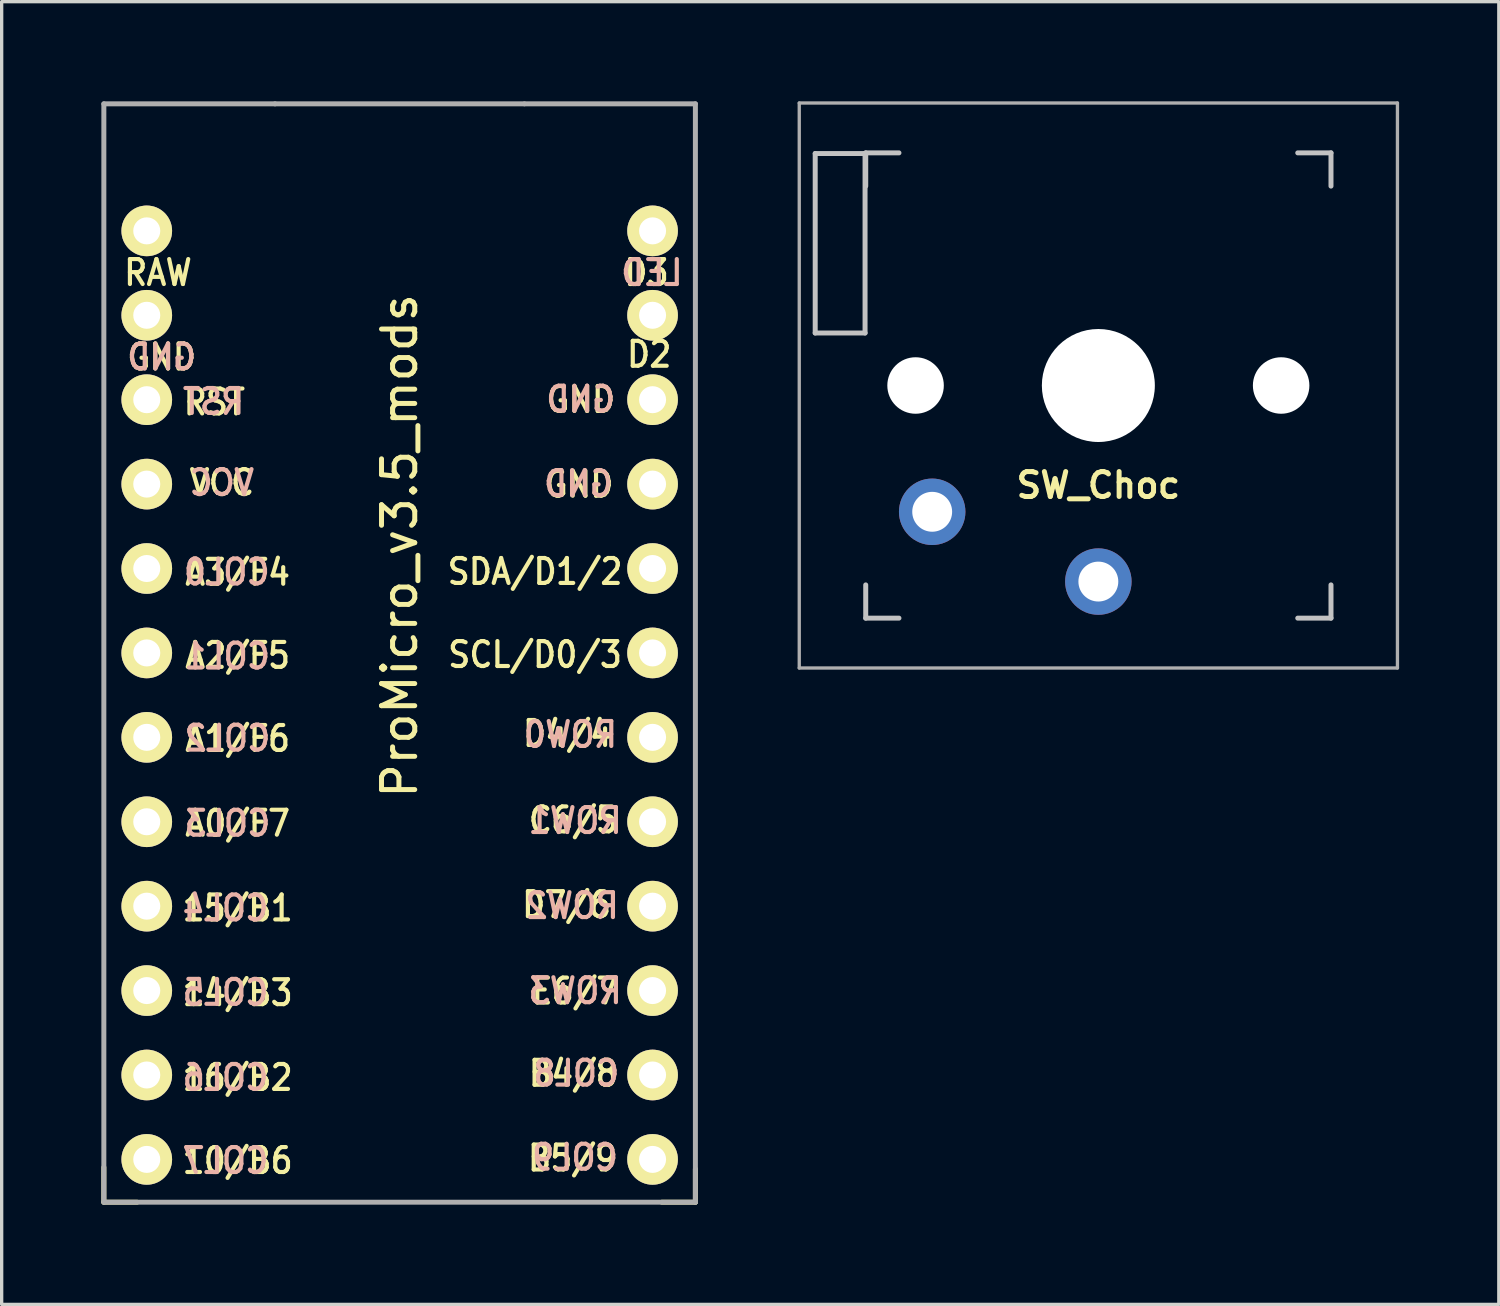
<source format=kicad_pcb>
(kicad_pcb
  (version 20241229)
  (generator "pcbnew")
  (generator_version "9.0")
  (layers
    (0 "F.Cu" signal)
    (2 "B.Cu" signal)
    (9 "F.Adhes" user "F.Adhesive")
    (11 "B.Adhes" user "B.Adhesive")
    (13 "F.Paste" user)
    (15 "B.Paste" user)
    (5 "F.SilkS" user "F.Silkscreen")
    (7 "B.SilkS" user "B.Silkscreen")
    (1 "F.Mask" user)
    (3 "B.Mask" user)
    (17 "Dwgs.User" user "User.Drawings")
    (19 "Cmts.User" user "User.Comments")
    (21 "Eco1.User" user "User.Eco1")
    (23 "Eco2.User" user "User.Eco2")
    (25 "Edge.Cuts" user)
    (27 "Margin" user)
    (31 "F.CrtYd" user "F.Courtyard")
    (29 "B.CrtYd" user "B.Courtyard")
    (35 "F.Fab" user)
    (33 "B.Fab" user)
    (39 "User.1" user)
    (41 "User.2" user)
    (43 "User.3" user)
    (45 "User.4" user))
  (footprint "ProMicro_v3.5_mods"
    (layer "F.Cu")
    (at 8.975 18.375)
    (property "Reference" "ProMicro_v3.5_mods" (at 0 -5 270) (layer "F.SilkS") (effects (font (size 1 1) (thickness 0.15))))
    (attr through_hole)
    (fp_line (start -8.9 13.7) (end -8.9 14.75) (stroke (width 0.15) (type solid)) (layer "F.SilkS"))
    (fp_line (start -8.9 14.75) (end -7.9 14.75) (stroke (width 0.15) (type solid)) (layer "F.SilkS"))
    (fp_line (start 8.9 13.75) (end 8.9 14.75) (stroke (width 0.15) (type solid)) (layer "F.SilkS"))
    (fp_line (start 8.9 14.75) (end 7.89 14.75) (stroke (width 0.15) (type solid)) (layer "F.SilkS"))
    (fp_line (start -8.9 -18.3) (end -3.75 -18.3) (stroke (width 0.15) (type solid)) (layer "F.Fab"))
    (fp_line (start -8.9 14.75) (end -8.9 -18.3) (stroke (width 0.15) (type solid)) (layer "F.Fab"))
    (fp_line (start -3.75 -18.3) (end 3.75 -18.3) (stroke (width 0.15) (type solid)) (layer "F.Fab"))
    (fp_line (start 3.76 -18.3) (end 8.9 -18.3) (stroke (width 0.15) (type solid)) (layer "F.Fab"))
    (fp_line (start 8.9 -18.3) (end 8.9 14.75) (stroke (width 0.15) (type solid)) (layer "F.Fab"))
    (fp_line (start 8.9 14.75) (end -8.9 14.75) (stroke (width 0.15) (type solid)) (layer "F.Fab"))
    (fp_text user "GND" (at 5.4 -6.85 0) (unlocked yes) (layer "F.SilkS") (effects (font (size 0.75 0.67) (thickness 0.125))))
    (fp_text user "C6/5" (at 5.225 3.25 0) (unlocked yes) (layer "F.SilkS") (effects (font (size 0.75 0.67) (thickness 0.125))))
    (fp_text user "A2/F5" (at -4.875 -1.7 0) (unlocked yes) (layer "F.SilkS") (effects (font (size 0.75 0.67) (thickness 0.125))))
    (fp_text user "SDA/D1/2" (at 4.075 -4.225 0) (unlocked yes) (layer "F.SilkS") (effects (font (size 0.75 0.67) (thickness 0.125))))
    (fp_text user "RAW" (at -7.27 -13.22 0) (unlocked yes) (layer "F.SilkS") (effects (font (size 0.75 0.67) (thickness 0.125))))
    (fp_text user "VCC" (at -5.35 -6.9 0) (unlocked yes) (layer "F.SilkS") (effects (font (size 0.75 0.67) (thickness 0.125))))
    (fp_text user "D7/6" (at 5.025 5.8 0) (unlocked yes) (layer "F.SilkS") (effects (font (size 0.75 0.67) (thickness 0.125))))
    (fp_text user "15/B1" (at -4.875 5.9 0) (unlocked yes) (layer "F.SilkS") (effects (font (size 0.75 0.67) (thickness 0.125))))
    (fp_text user "D4/4" (at 5.05 0.65 0) (unlocked yes) (layer "F.SilkS") (effects (font (size 0.75 0.67) (thickness 0.125))))
    (fp_text user "A0/F7" (at -4.875 3.35 0) (unlocked yes) (layer "F.SilkS") (effects (font (size 0.75 0.67) (thickness 0.125))))
    (fp_text user "B5/9" (at 5.2 13.425 0) (unlocked yes) (layer "F.SilkS") (effects (font (size 0.75 0.67) (thickness 0.125))))
    (fp_text user "GND" (at -7.16 -10.68 0) (unlocked yes) (layer "F.SilkS") (effects (font (size 0.75 0.67) (thickness 0.125))))
    (fp_text user "RST" (at -5.575 -9.325 0) (unlocked yes) (layer "F.SilkS") (effects (font (size 0.75 0.67) (thickness 0.125))))
    (fp_text user "SCL/D0/3" (at 4.075 -1.725 0) (unlocked yes) (layer "F.SilkS") (effects (font (size 0.75 0.67) (thickness 0.125))))
    (fp_text user "16/B2" (at -4.875 11 0) (unlocked yes) (layer "F.SilkS") (effects (font (size 0.75 0.67) (thickness 0.125))))
    (fp_text user "B4/8" (at 5.225 10.875 0) (unlocked yes) (layer "F.SilkS") (effects (font (size 0.75 0.67) (thickness 0.125))))
    (fp_text user "GND" (at 5.45 -9.4 0) (unlocked yes) (layer "F.SilkS") (effects (font (size 0.75 0.67) (thickness 0.125))))
    (fp_text user "D3" (at 7.43 -13.22 0) (unlocked yes) (layer "F.SilkS") (effects (font (size 0.75 0.67) (thickness 0.125))))
    (fp_text user "A1/F6" (at -4.875 0.8 0) (unlocked yes) (layer "F.SilkS") (effects (font (size 0.75 0.67) (thickness 0.125))))
    (fp_text user "10/B6" (at -4.875 13.5 0) (unlocked yes) (layer "F.SilkS") (effects (font (size 0.75 0.67) (thickness 0.125))))
    (fp_text user "D2" (at 7.51 -10.76 0) (unlocked yes) (layer "F.SilkS") (effects (font (size 0.75 0.67) (thickness 0.125))))
    (fp_text user "14/B3" (at -4.875 8.45 0) (unlocked yes) (layer "F.SilkS") (effects (font (size 0.75 0.67) (thickness 0.125))))
    (fp_text user "A3/F4" (at -4.875 -4.2 0) (unlocked yes) (layer "F.SilkS") (effects (font (size 0.75 0.67) (thickness 0.125))))
    (fp_text user "" (at -0.545 -17.4 0) (layer "F.SilkS") (effects (font (size 1 1) (thickness 0.15))))
    (fp_text user "E6/7" (at 5.275 8.4 0) (unlocked yes) (layer "F.SilkS") (effects (font (size 0.75 0.67) (thickness 0.125))))
    (fp_text user "COL5" (at -5.24 8.44 0) (unlocked yes) (layer "B.SilkS") (effects (font (size 0.75 0.67) (thickness 0.125)) (justify mirror)))
    (fp_text user "LED" (at 7.59 -13.22 0) (unlocked yes) (layer "B.SilkS") (effects (font (size 0.75 0.67) (thickness 0.125)) (justify mirror)))
    (fp_text user "COL2" (at -5.18 0.79 0) (unlocked yes) (layer "B.SilkS") (effects (font (size 0.75 0.67) (thickness 0.125)) (justify mirror)))
    (fp_text user "COL4" (at -5.24 5.9 0) (unlocked yes) (layer "B.SilkS") (effects (font (size 0.75 0.67) (thickness 0.125)) (justify mirror)))
    (fp_text user "VCC" (at -5.35 -6.9 0) (unlocked yes) (layer "B.SilkS") (effects (font (size 0.75 0.67) (thickness 0.125)) (justify mirror)))
    (fp_text user "ROW2" (at 5.19 5.83 0) (unlocked yes) (layer "B.SilkS") (effects (font (size 0.75 0.67) (thickness 0.125)) (justify mirror)))
    (fp_text user "GND" (at 5.45 -9.41 0) (unlocked yes) (layer "B.SilkS") (effects (font (size 0.75 0.67) (thickness 0.125)) (justify mirror)))
    (fp_text user "COL1" (at -5.19 -1.68 0) (unlocked yes) (layer "B.SilkS") (effects (font (size 0.75 0.67) (thickness 0.125)) (justify mirror)))
    (fp_text user "RST" (at -5.6 -9.34 0) (unlocked yes) (layer "B.SilkS") (effects (font (size 0.75 0.67) (thickness 0.125)) (justify mirror)))
    (fp_text user "ROW0" (at 5.14 0.68 0) (unlocked yes) (layer "B.SilkS") (effects (font (size 0.75 0.67) (thickness 0.125)) (justify mirror)))
    (fp_text user "COL3" (at -5.18 3.35 0) (unlocked yes) (layer "B.SilkS") (effects (font (size 0.75 0.67) (thickness 0.125)) (justify mirror)))
    (fp_text user "COL6" (at -5.24 11 0) (unlocked yes) (layer "B.SilkS") (effects (font (size 0.75 0.67) (thickness 0.125)) (justify mirror)))
    (fp_text user "COL7" (at -5.24 13.5 0) (unlocked yes) (layer "B.SilkS") (effects (font (size 0.75 0.67) (thickness 0.125)) (justify mirror)))
    (fp_text user "COL8" (at 5.32 10.87 0) (unlocked yes) (layer "B.SilkS") (effects (font (size 0.75 0.67) (thickness 0.125)) (justify mirror)))
    (fp_text user "" (at -1.252 -16.256 0) (layer "B.SilkS") (effects (font (size 1 1) (thickness 0.15)) (justify mirror)))
    (fp_text user "GND" (at 5.38 -6.87 0) (unlocked yes) (layer "B.SilkS") (effects (font (size 0.75 0.67) (thickness 0.125)) (justify mirror)))
    (fp_text user "GND" (at -7.16 -10.68 0) (unlocked yes) (layer "B.SilkS") (effects (font (size 0.75 0.67) (thickness 0.125)) (justify mirror)))
    (fp_text user "ROW1" (at 5.28 3.27 0) (unlocked yes) (layer "B.SilkS") (effects (font (size 0.75 0.67) (thickness 0.125)) (justify mirror)))
    (fp_text user "COL9" (at 5.28 13.4 0) (unlocked yes) (layer "B.SilkS") (effects (font (size 0.75 0.67) (thickness 0.125)) (justify mirror)))
    (fp_text user "ROW3" (at 5.28 8.39 0) (unlocked yes) (layer "B.SilkS") (effects (font (size 0.75 0.67) (thickness 0.125)) (justify mirror)))
    (fp_text user "COL0" (at -5.2 -4.21 0) (unlocked yes) (layer "B.SilkS") (effects (font (size 0.75 0.67) (thickness 0.125)) (justify mirror)))
    (pad "" smd oval (at -7.59 -0.58) (size 2.2 30.14) (layers "B.Adhes"))
    (pad "" smd oval (at 7.59 -0.5) (size 2.2 30.14) (layers "B.Adhes"))
    (pad "1" thru_hole circle (at 7.611 -14.478) (size 1.524 1.524) (drill 0.813) (layers "*.Cu" "B.Mask" "F.SilkS"))
    (pad "2" thru_hole circle (at 7.611 -11.938) (size 1.524 1.524) (drill 0.813) (layers "*.Cu" "B.Mask" "F.SilkS"))
    (pad "3" thru_hole circle (at 7.611 -9.398) (size 1.524 1.524) (drill 0.813) (layers "*.Cu" "B.Mask" "F.SilkS"))
    (pad "4" thru_hole circle (at 7.611 -6.858) (size 1.524 1.524) (drill 0.813) (layers "*.Cu" "B.Mask" "F.SilkS"))
    (pad "5" thru_hole circle (at 7.611 -4.318) (size 1.524 1.524) (drill 0.813) (layers "*.Cu" "B.Mask" "F.SilkS"))
    (pad "6" thru_hole circle (at 7.611 -1.778) (size 1.524 1.524) (drill 0.813) (layers "*.Cu" "B.Mask" "F.SilkS"))
    (pad "7" thru_hole circle (at 7.611 0.762) (size 1.524 1.524) (drill 0.813) (layers "*.Cu" "B.Mask" "F.SilkS"))
    (pad "8" thru_hole circle (at 7.611 3.302) (size 1.524 1.524) (drill 0.813) (layers "*.Cu" "B.Mask" "F.SilkS"))
    (pad "9" thru_hole circle (at 7.611 5.842) (size 1.524 1.524) (drill 0.813) (layers "*.Cu" "B.Mask" "F.SilkS"))
    (pad "10" thru_hole circle (at 7.611 8.382) (size 1.524 1.524) (drill 0.813) (layers "*.Cu" "B.Mask" "F.SilkS"))
    (pad "11" thru_hole circle (at 7.611 10.922) (size 1.524 1.524) (drill 0.813) (layers "*.Cu" "B.Mask" "F.SilkS"))
    (pad "12" thru_hole circle (at 7.611 13.462) (size 1.524 1.524) (drill 0.813) (layers "*.Cu" "B.Mask" "F.SilkS"))
    (pad "13" thru_hole circle (at -7.609 13.462) (size 1.524 1.524) (drill 0.813) (layers "*.Cu" "B.Mask" "F.SilkS"))
    (pad "14" thru_hole circle (at -7.609 10.922) (size 1.524 1.524) (drill 0.813) (layers "*.Cu" "B.Mask" "F.SilkS"))
    (pad "15" thru_hole circle (at -7.609 8.382) (size 1.524 1.524) (drill 0.813) (layers "*.Cu" "B.Mask" "F.SilkS"))
    (pad "16" thru_hole circle (at -7.609 5.842) (size 1.524 1.524) (drill 0.813) (layers "*.Cu" "B.Mask" "F.SilkS"))
    (pad "17" thru_hole circle (at -7.609 3.302) (size 1.524 1.524) (drill 0.813) (layers "*.Cu" "B.Mask" "F.SilkS"))
    (pad "18" thru_hole circle (at -7.609 0.762) (size 1.524 1.524) (drill 0.813) (layers "*.Cu" "B.Mask" "F.SilkS"))
    (pad "19" thru_hole circle (at -7.609 -1.778) (size 1.524 1.524) (drill 0.813) (layers "*.Cu" "B.Mask" "F.SilkS"))
    (pad "20" thru_hole circle (at -7.609 -4.318) (size 1.524 1.524) (drill 0.813) (layers "*.Cu" "B.Mask" "F.SilkS"))
    (pad "21" thru_hole circle (at -7.609 -6.858) (size 1.524 1.524) (drill 0.813) (layers "*.Cu" "B.Mask" "F.SilkS"))
    (pad "22" thru_hole circle (at -7.609 -9.398) (size 1.524 1.524) (drill 0.813) (layers "*.Cu" "B.Mask" "F.SilkS"))
    (pad "23" thru_hole circle (at -7.609 -11.938) (size 1.524 1.524) (drill 0.813) (layers "*.Cu" "B.Mask" "F.SilkS"))
    (pad "24" thru_hole circle (at -7.609 -14.478) (size 1.524 1.524) (drill 0.813) (layers "*.Cu" "B.Mask" "F.SilkS")))
  (footprint "SW_Choc"
    (layer "F.Cu")
    (at 30 8.55)
    (property "Reference" "SW_Choc" (at 0 3 180) (layer "F.SilkS") (effects (font (size 0.75 0.75) (thickness 0.15))))
    (attr through_hole)
    (fp_line (start -8.52 -6.98) (end -8.52 -1.58) (stroke (width 0.15) (type solid)) (layer "Dwgs.User"))
    (fp_line (start -8.52 -1.58) (end -7.02 -1.58) (stroke (width 0.15) (type solid)) (layer "Dwgs.User"))
    (fp_line (start -7.02 -6.98) (end -8.52 -6.98) (stroke (width 0.15) (type solid)) (layer "Dwgs.User"))
    (fp_line (start -7.02 -1.58) (end -7.02 -6.98) (stroke (width 0.15) (type solid)) (layer "Dwgs.User"))
    (fp_line (start -7 -7) (end -7 -6) (stroke (width 0.15) (type solid)) (layer "Dwgs.User"))
    (fp_line (start -7 -7) (end -6 -7) (stroke (width 0.15) (type solid)) (layer "Dwgs.User"))
    (fp_line (start -7 7) (end -7 6) (stroke (width 0.15) (type solid)) (layer "Dwgs.User"))
    (fp_line (start -6 7) (end -7 7) (stroke (width 0.15) (type solid)) (layer "Dwgs.User"))
    (fp_line (start 6 -7) (end 7 -7) (stroke (width 0.15) (type solid)) (layer "Dwgs.User"))
    (fp_line (start 7 -7) (end 7 -6) (stroke (width 0.15) (type solid)) (layer "Dwgs.User"))
    (fp_line (start 7 6) (end 7 7) (stroke (width 0.15) (type solid)) (layer "Dwgs.User"))
    (fp_line (start 7 7) (end 6 7) (stroke (width 0.15) (type solid)) (layer "Dwgs.User"))
    (fp_line (start -9 -8.5) (end 9 -8.5) (stroke (width 0.1) (type solid)) (layer "F.Fab"))
    (fp_line (start -9 8.5) (end -9 -8.5) (stroke (width 0.1) (type solid)) (layer "F.Fab"))
    (fp_line (start 9 -8.5) (end 9 8.5) (stroke (width 0.1) (type solid)) (layer "F.Fab"))
    (fp_line (start 9 8.5) (end -9 8.5) (stroke (width 0.1) (type solid)) (layer "F.Fab"))
    (pad "" smd oval (at -7.76 -4.3 90) (size 5.7 2.4) (layers "B.Adhes"))
    (pad "" np_thru_hole circle (at -5.5 0 180) (size 1.7 1.7) (drill 1.7) (layers "*.Cu" "*.Mask"))
    (pad "" smd circle (at -5.5 0 180) (size 1.7 1.7) (layers "B.Adhes"))
    (pad "" smd circle (at -5 3.8 180) (size 2.4 2.4) (layers "B.Adhes"))
    (pad "" np_thru_hole circle (at 0 0 180) (size 3.4 3.4) (drill 3.4) (layers "*.Cu" "*.Mask"))
    (pad "" smd circle (at 0 0 180) (size 3.4 3.4) (layers "B.Adhes"))
    (pad "" smd circle (at 0 5.9 270) (size 2.4 2.4) (layers "B.Adhes"))
    (pad "" np_thru_hole circle (at 5.5 0 180) (size 1.7 1.7) (drill 1.7) (layers "*.Cu" "*.Mask"))
    (pad "" smd circle (at 5.5 0 180) (size 1.7 1.7) (layers "B.Adhes"))
    (pad "1" thru_hole circle (at 0 5.9 270) (size 2 2) (drill 1.2) (layers "*.Cu" "*.Mask"))
    (pad "2" thru_hole circle (at -5 3.8 180) (size 2 2) (drill 1.2) (layers "*.Cu" "*.Mask")))
  (gr_rect
    (start -3 -3)
    (end 42.05 36.2)
    (stroke (width 0.1) (type default))
    (fill no)
    (layer "Edge.Cuts")))
</source>
